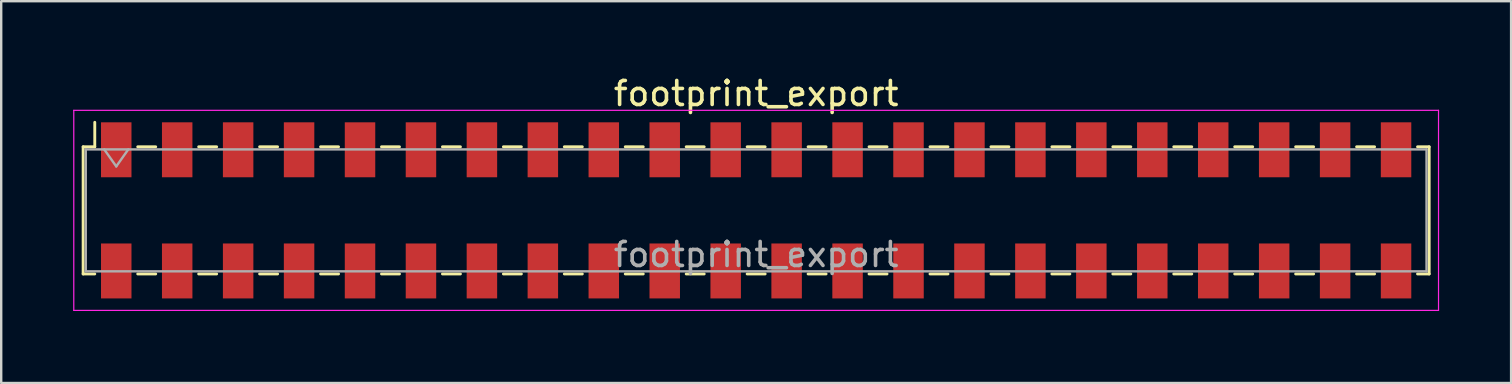
<source format=kicad_pcb>
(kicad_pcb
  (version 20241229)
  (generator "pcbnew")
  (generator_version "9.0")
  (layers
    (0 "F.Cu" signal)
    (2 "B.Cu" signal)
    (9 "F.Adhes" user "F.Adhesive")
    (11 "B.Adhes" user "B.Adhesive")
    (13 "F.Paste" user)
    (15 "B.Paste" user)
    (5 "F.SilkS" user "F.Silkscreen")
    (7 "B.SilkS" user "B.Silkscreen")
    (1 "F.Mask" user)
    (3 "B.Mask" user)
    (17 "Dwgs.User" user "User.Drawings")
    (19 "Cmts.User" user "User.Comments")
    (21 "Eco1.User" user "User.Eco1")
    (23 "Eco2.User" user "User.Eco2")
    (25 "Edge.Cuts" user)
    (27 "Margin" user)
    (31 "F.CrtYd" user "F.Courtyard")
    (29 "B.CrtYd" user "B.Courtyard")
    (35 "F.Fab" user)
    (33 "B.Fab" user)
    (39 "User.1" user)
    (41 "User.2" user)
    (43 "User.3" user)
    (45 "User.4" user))
  (footprint "footprint_export"
    (layer "F.Cu")
    (at 28.465 5.718)
    (property "Reference" "footprint_export" (at 0 -4.87 0) (layer "F.SilkS") (effects (font (size 1 1) (thickness 0.15))))
    (attr smd)
    (fp_line (start -28.05 -2.65) (end -28.05 2.65) (stroke (width 0.12) (type solid)) (layer "F.SilkS"))
    (fp_line (start -28.05 2.65) (end -27.565 2.65) (stroke (width 0.12) (type solid)) (layer "F.SilkS"))
    (fp_line (start -27.565 -3.67) (end -27.565 -2.65) (stroke (width 0.12) (type solid)) (layer "F.SilkS"))
    (fp_line (start -27.565 -2.65) (end -28.05 -2.65) (stroke (width 0.12) (type solid)) (layer "F.SilkS"))
    (fp_line (start -25.775 -2.65) (end -25.025 -2.65) (stroke (width 0.12) (type solid)) (layer "F.SilkS"))
    (fp_line (start -25.775 2.65) (end -25.025 2.65) (stroke (width 0.12) (type solid)) (layer "F.SilkS"))
    (fp_line (start -23.235 -2.65) (end -22.485 -2.65) (stroke (width 0.12) (type solid)) (layer "F.SilkS"))
    (fp_line (start -23.235 2.65) (end -22.485 2.65) (stroke (width 0.12) (type solid)) (layer "F.SilkS"))
    (fp_line (start -20.695 -2.65) (end -19.945 -2.65) (stroke (width 0.12) (type solid)) (layer "F.SilkS"))
    (fp_line (start -20.695 2.65) (end -19.945 2.65) (stroke (width 0.12) (type solid)) (layer "F.SilkS"))
    (fp_line (start -18.155 -2.65) (end -17.405 -2.65) (stroke (width 0.12) (type solid)) (layer "F.SilkS"))
    (fp_line (start -18.155 2.65) (end -17.405 2.65) (stroke (width 0.12) (type solid)) (layer "F.SilkS"))
    (fp_line (start -15.615 -2.65) (end -14.865 -2.65) (stroke (width 0.12) (type solid)) (layer "F.SilkS"))
    (fp_line (start -15.615 2.65) (end -14.865 2.65) (stroke (width 0.12) (type solid)) (layer "F.SilkS"))
    (fp_line (start -13.075 -2.65) (end -12.325 -2.65) (stroke (width 0.12) (type solid)) (layer "F.SilkS"))
    (fp_line (start -13.075 2.65) (end -12.325 2.65) (stroke (width 0.12) (type solid)) (layer "F.SilkS"))
    (fp_line (start -10.535 -2.65) (end -9.785 -2.65) (stroke (width 0.12) (type solid)) (layer "F.SilkS"))
    (fp_line (start -10.535 2.65) (end -9.785 2.65) (stroke (width 0.12) (type solid)) (layer "F.SilkS"))
    (fp_line (start -7.995 -2.65) (end -7.245 -2.65) (stroke (width 0.12) (type solid)) (layer "F.SilkS"))
    (fp_line (start -7.995 2.65) (end -7.245 2.65) (stroke (width 0.12) (type solid)) (layer "F.SilkS"))
    (fp_line (start -5.455 -2.65) (end -4.705 -2.65) (stroke (width 0.12) (type solid)) (layer "F.SilkS"))
    (fp_line (start -5.455 2.65) (end -4.705 2.65) (stroke (width 0.12) (type solid)) (layer "F.SilkS"))
    (fp_line (start -2.915 -2.65) (end -2.165 -2.65) (stroke (width 0.12) (type solid)) (layer "F.SilkS"))
    (fp_line (start -2.915 2.65) (end -2.165 2.65) (stroke (width 0.12) (type solid)) (layer "F.SilkS"))
    (fp_line (start -0.375 -2.65) (end 0.375 -2.65) (stroke (width 0.12) (type solid)) (layer "F.SilkS"))
    (fp_line (start -0.375 2.65) (end 0.375 2.65) (stroke (width 0.12) (type solid)) (layer "F.SilkS"))
    (fp_line (start 2.165 -2.65) (end 2.915 -2.65) (stroke (width 0.12) (type solid)) (layer "F.SilkS"))
    (fp_line (start 2.165 2.65) (end 2.915 2.65) (stroke (width 0.12) (type solid)) (layer "F.SilkS"))
    (fp_line (start 4.705 -2.65) (end 5.455 -2.65) (stroke (width 0.12) (type solid)) (layer "F.SilkS"))
    (fp_line (start 4.705 2.65) (end 5.455 2.65) (stroke (width 0.12) (type solid)) (layer "F.SilkS"))
    (fp_line (start 7.245 -2.65) (end 7.995 -2.65) (stroke (width 0.12) (type solid)) (layer "F.SilkS"))
    (fp_line (start 7.245 2.65) (end 7.995 2.65) (stroke (width 0.12) (type solid)) (layer "F.SilkS"))
    (fp_line (start 9.785 -2.65) (end 10.535 -2.65) (stroke (width 0.12) (type solid)) (layer "F.SilkS"))
    (fp_line (start 9.785 2.65) (end 10.535 2.65) (stroke (width 0.12) (type solid)) (layer "F.SilkS"))
    (fp_line (start 12.325 -2.65) (end 13.075 -2.65) (stroke (width 0.12) (type solid)) (layer "F.SilkS"))
    (fp_line (start 12.325 2.65) (end 13.075 2.65) (stroke (width 0.12) (type solid)) (layer "F.SilkS"))
    (fp_line (start 14.865 -2.65) (end 15.615 -2.65) (stroke (width 0.12) (type solid)) (layer "F.SilkS"))
    (fp_line (start 14.865 2.65) (end 15.615 2.65) (stroke (width 0.12) (type solid)) (layer "F.SilkS"))
    (fp_line (start 17.405 -2.65) (end 18.155 -2.65) (stroke (width 0.12) (type solid)) (layer "F.SilkS"))
    (fp_line (start 17.405 2.65) (end 18.155 2.65) (stroke (width 0.12) (type solid)) (layer "F.SilkS"))
    (fp_line (start 19.945 -2.65) (end 20.695 -2.65) (stroke (width 0.12) (type solid)) (layer "F.SilkS"))
    (fp_line (start 19.945 2.65) (end 20.695 2.65) (stroke (width 0.12) (type solid)) (layer "F.SilkS"))
    (fp_line (start 22.485 -2.65) (end 23.235 -2.65) (stroke (width 0.12) (type solid)) (layer "F.SilkS"))
    (fp_line (start 22.485 2.65) (end 23.235 2.65) (stroke (width 0.12) (type solid)) (layer "F.SilkS"))
    (fp_line (start 25.025 -2.65) (end 25.775 -2.65) (stroke (width 0.12) (type solid)) (layer "F.SilkS"))
    (fp_line (start 25.025 2.65) (end 25.775 2.65) (stroke (width 0.12) (type solid)) (layer "F.SilkS"))
    (fp_line (start 27.565 -2.65) (end 28.05 -2.65) (stroke (width 0.12) (type solid)) (layer "F.SilkS"))
    (fp_line (start 28.05 -2.65) (end 28.05 2.65) (stroke (width 0.12) (type solid)) (layer "F.SilkS"))
    (fp_line (start 28.05 2.65) (end 27.565 2.65) (stroke (width 0.12) (type solid)) (layer "F.SilkS"))
    (fp_line (start -28.44 -4.17) (end 28.44 -4.17) (stroke (width 0.05) (type solid)) (layer "F.CrtYd"))
    (fp_line (start -28.44 4.17) (end -28.44 -4.17) (stroke (width 0.05) (type solid)) (layer "F.CrtYd"))
    (fp_line (start 28.44 -4.17) (end 28.44 4.17) (stroke (width 0.05) (type solid)) (layer "F.CrtYd"))
    (fp_line (start 28.44 4.17) (end -28.44 4.17) (stroke (width 0.05) (type solid)) (layer "F.CrtYd"))
    (fp_line (start -27.94 -2.54) (end 27.94 -2.54) (stroke (width 0.1) (type solid)) (layer "F.Fab"))
    (fp_line (start -27.94 2.54) (end -27.94 -2.54) (stroke (width 0.1) (type solid)) (layer "F.Fab"))
    (fp_line (start -27.17 -2.54) (end -26.67 -1.833) (stroke (width 0.1) (type solid)) (layer "F.Fab"))
    (fp_line (start -26.67 -1.833) (end -26.17 -2.54) (stroke (width 0.1) (type solid)) (layer "F.Fab"))
    (fp_line (start 27.94 -2.54) (end 27.94 2.54) (stroke (width 0.1) (type solid)) (layer "F.Fab"))
    (fp_line (start 27.94 2.54) (end -27.94 2.54) (stroke (width 0.1) (type solid)) (layer "F.Fab"))
    (fp_text user "${REFERENCE}" (at 0 1.84 0) (layer "F.Fab") (effects (font (size 1 1) (thickness 0.15))))
    (pad "1" smd rect (at -26.67 -2.525) (size 1.27 2.29) (layers "F.Cu" "F.Mask" "F.Paste"))
    (pad "2" smd rect (at -26.67 2.525) (size 1.27 2.29) (layers "F.Cu" "F.Mask" "F.Paste"))
    (pad "3" smd rect (at -24.13 -2.525) (size 1.27 2.29) (layers "F.Cu" "F.Mask" "F.Paste"))
    (pad "4" smd rect (at -24.13 2.525) (size 1.27 2.29) (layers "F.Cu" "F.Mask" "F.Paste"))
    (pad "5" smd rect (at -21.59 -2.525) (size 1.27 2.29) (layers "F.Cu" "F.Mask" "F.Paste"))
    (pad "6" smd rect (at -21.59 2.525) (size 1.27 2.29) (layers "F.Cu" "F.Mask" "F.Paste"))
    (pad "7" smd rect (at -19.05 -2.525) (size 1.27 2.29) (layers "F.Cu" "F.Mask" "F.Paste"))
    (pad "8" smd rect (at -19.05 2.525) (size 1.27 2.29) (layers "F.Cu" "F.Mask" "F.Paste"))
    (pad "9" smd rect (at -16.51 -2.525) (size 1.27 2.29) (layers "F.Cu" "F.Mask" "F.Paste"))
    (pad "10" smd rect (at -16.51 2.525) (size 1.27 2.29) (layers "F.Cu" "F.Mask" "F.Paste"))
    (pad "11" smd rect (at -13.97 -2.525) (size 1.27 2.29) (layers "F.Cu" "F.Mask" "F.Paste"))
    (pad "12" smd rect (at -13.97 2.525) (size 1.27 2.29) (layers "F.Cu" "F.Mask" "F.Paste"))
    (pad "13" smd rect (at -11.43 -2.525) (size 1.27 2.29) (layers "F.Cu" "F.Mask" "F.Paste"))
    (pad "14" smd rect (at -11.43 2.525) (size 1.27 2.29) (layers "F.Cu" "F.Mask" "F.Paste"))
    (pad "15" smd rect (at -8.89 -2.525) (size 1.27 2.29) (layers "F.Cu" "F.Mask" "F.Paste"))
    (pad "16" smd rect (at -8.89 2.525) (size 1.27 2.29) (layers "F.Cu" "F.Mask" "F.Paste"))
    (pad "17" smd rect (at -6.35 -2.525) (size 1.27 2.29) (layers "F.Cu" "F.Mask" "F.Paste"))
    (pad "18" smd rect (at -6.35 2.525) (size 1.27 2.29) (layers "F.Cu" "F.Mask" "F.Paste"))
    (pad "19" smd rect (at -3.81 -2.525) (size 1.27 2.29) (layers "F.Cu" "F.Mask" "F.Paste"))
    (pad "20" smd rect (at -3.81 2.525) (size 1.27 2.29) (layers "F.Cu" "F.Mask" "F.Paste"))
    (pad "21" smd rect (at -1.27 -2.525) (size 1.27 2.29) (layers "F.Cu" "F.Mask" "F.Paste"))
    (pad "22" smd rect (at -1.27 2.525) (size 1.27 2.29) (layers "F.Cu" "F.Mask" "F.Paste"))
    (pad "23" smd rect (at 1.27 -2.525) (size 1.27 2.29) (layers "F.Cu" "F.Mask" "F.Paste"))
    (pad "24" smd rect (at 1.27 2.525) (size 1.27 2.29) (layers "F.Cu" "F.Mask" "F.Paste"))
    (pad "25" smd rect (at 3.81 -2.525) (size 1.27 2.29) (layers "F.Cu" "F.Mask" "F.Paste"))
    (pad "26" smd rect (at 3.81 2.525) (size 1.27 2.29) (layers "F.Cu" "F.Mask" "F.Paste"))
    (pad "27" smd rect (at 6.35 -2.525) (size 1.27 2.29) (layers "F.Cu" "F.Mask" "F.Paste"))
    (pad "28" smd rect (at 6.35 2.525) (size 1.27 2.29) (layers "F.Cu" "F.Mask" "F.Paste"))
    (pad "29" smd rect (at 8.89 -2.525) (size 1.27 2.29) (layers "F.Cu" "F.Mask" "F.Paste"))
    (pad "30" smd rect (at 8.89 2.525) (size 1.27 2.29) (layers "F.Cu" "F.Mask" "F.Paste"))
    (pad "31" smd rect (at 11.43 -2.525) (size 1.27 2.29) (layers "F.Cu" "F.Mask" "F.Paste"))
    (pad "32" smd rect (at 11.43 2.525) (size 1.27 2.29) (layers "F.Cu" "F.Mask" "F.Paste"))
    (pad "33" smd rect (at 13.97 -2.525) (size 1.27 2.29) (layers "F.Cu" "F.Mask" "F.Paste"))
    (pad "34" smd rect (at 13.97 2.525) (size 1.27 2.29) (layers "F.Cu" "F.Mask" "F.Paste"))
    (pad "35" smd rect (at 16.51 -2.525) (size 1.27 2.29) (layers "F.Cu" "F.Mask" "F.Paste"))
    (pad "36" smd rect (at 16.51 2.525) (size 1.27 2.29) (layers "F.Cu" "F.Mask" "F.Paste"))
    (pad "37" smd rect (at 19.05 -2.525) (size 1.27 2.29) (layers "F.Cu" "F.Mask" "F.Paste"))
    (pad "38" smd rect (at 19.05 2.525) (size 1.27 2.29) (layers "F.Cu" "F.Mask" "F.Paste"))
    (pad "39" smd rect (at 21.59 -2.525) (size 1.27 2.29) (layers "F.Cu" "F.Mask" "F.Paste"))
    (pad "40" smd rect (at 21.59 2.525) (size 1.27 2.29) (layers "F.Cu" "F.Mask" "F.Paste"))
    (pad "41" smd rect (at 24.13 -2.525) (size 1.27 2.29) (layers "F.Cu" "F.Mask" "F.Paste"))
    (pad "42" smd rect (at 24.13 2.525) (size 1.27 2.29) (layers "F.Cu" "F.Mask" "F.Paste"))
    (pad "43" smd rect (at 26.67 -2.525) (size 1.27 2.29) (layers "F.Cu" "F.Mask" "F.Paste"))
    (pad "44" smd rect (at 26.67 2.525) (size 1.27 2.29) (layers "F.Cu" "F.Mask" "F.Paste")))
  (gr_rect
    (start -3 -3)
    (end 59.93 12.913)
    (stroke (width 0.1) (type default))
    (fill no)
    (layer "Edge.Cuts")))
</source>
